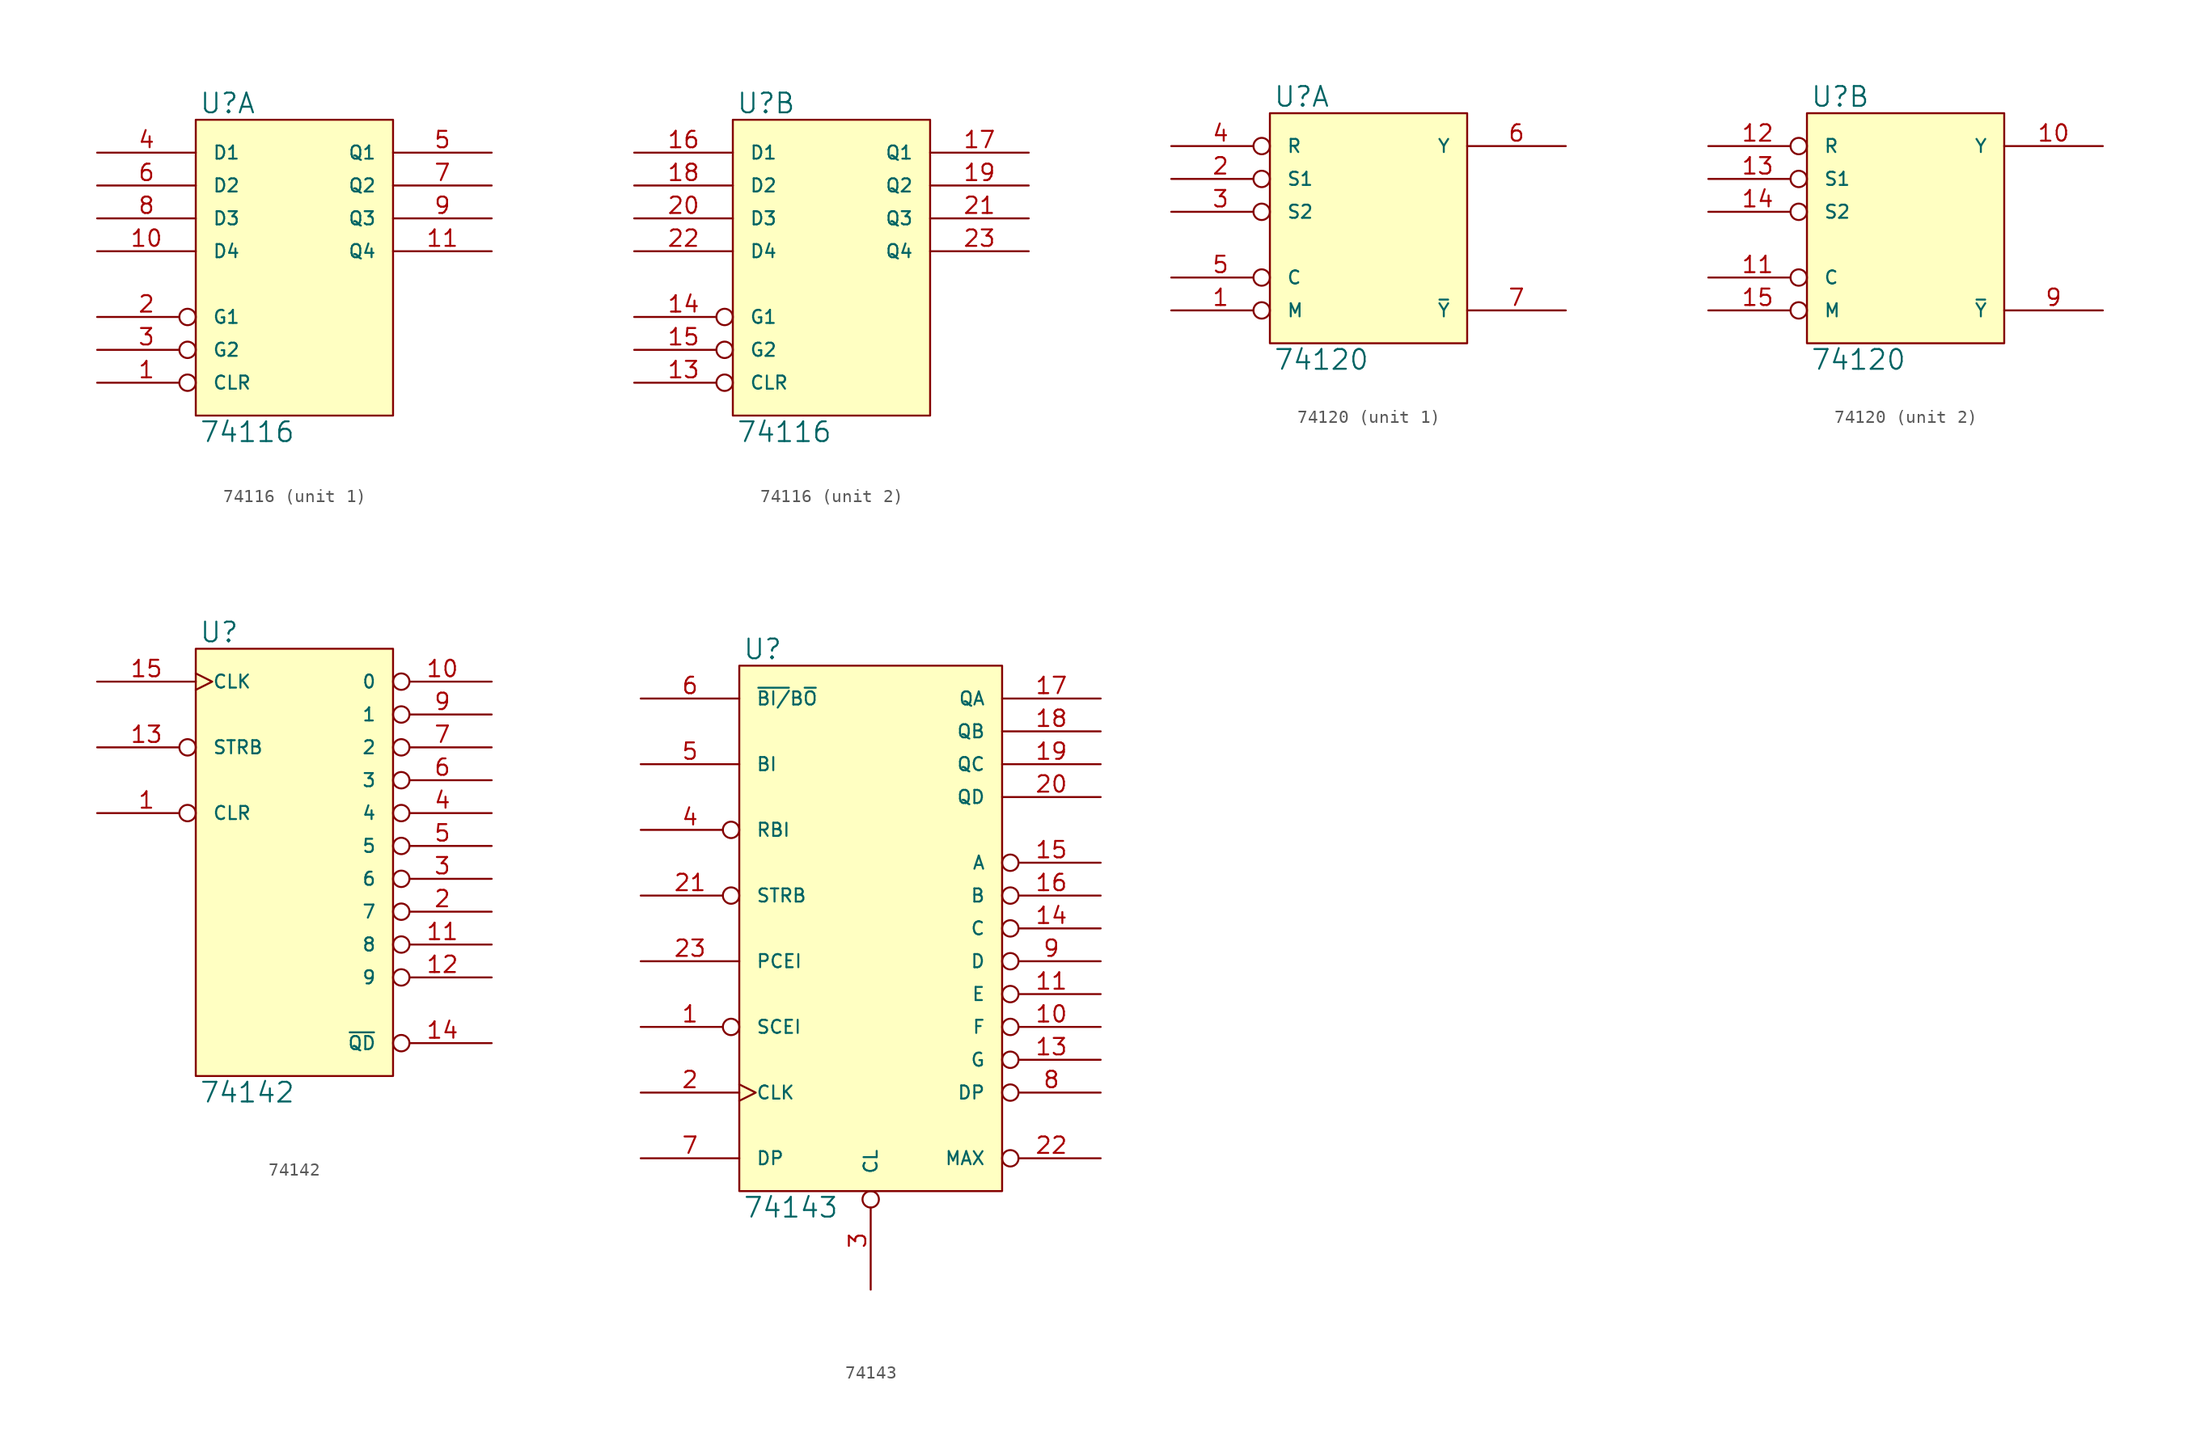
<source format=kicad_sym>
(kicad_symbol_lib
  (version 20231120)
  (generator "kicad_symbol_editor")
  (generator_version "8.0")
  (symbol "74116"
    (pin_names
      (offset 1.27))
    (property "Reference" "U"
      (at 0.254 0.381 0)
      (effects (font (size 1.524 1.524)) (justify left bottom)))
    (property "Value" "74116"
      (at 0.254 -23.241 0)
      (effects (font (size 1.524 1.524)) (justify left top)))
    (symbol "74116_0_1"
      (rectangle (start 0 0) (end 15.24 -22.86) (stroke (width 0) (type solid)) (fill (type background))))
    (symbol "74116_1_1"
      (pin input inverted (at -7.62 -20.32 0) (length 7.62) (name "CLR" (effects (font (size 1.016 1.016)))) (number "1" (effects (font (size 1.27 1.27)))))
      (pin input line (at -7.62 -10.16 0) (length 7.62) (name "D4" (effects (font (size 1.016 1.016)))) (number "10" (effects (font (size 1.27 1.27)))))
      (pin output line (at 22.86 -10.16 180) (length 7.62) (name "Q4" (effects (font (size 1.016 1.016)))) (number "11" (effects (font (size 1.27 1.27)))))
      (pin power_in line (at 0 -22.86 90) (length 0) hide (name "GND" (effects (font (size 1.016 1.016)))) (number "12" (effects (font (size 1.27 1.27)))))
      (pin input inverted (at -7.62 -15.24 0) (length 7.62) (name "G1" (effects (font (size 1.016 1.016)))) (number "2" (effects (font (size 1.27 1.27)))))
      (pin power_in line (at 0 0 270) (length 0) hide (name "VCC" (effects (font (size 1.016 1.016)))) (number "24" (effects (font (size 1.27 1.27)))))
      (pin input inverted (at -7.62 -17.78 0) (length 7.62) (name "G2" (effects (font (size 1.016 1.016)))) (number "3" (effects (font (size 1.27 1.27)))))
      (pin input line (at -7.62 -2.54 0) (length 7.62) (name "D1" (effects (font (size 1.016 1.016)))) (number "4" (effects (font (size 1.27 1.27)))))
      (pin output line (at 22.86 -2.54 180) (length 7.62) (name "Q1" (effects (font (size 1.016 1.016)))) (number "5" (effects (font (size 1.27 1.27)))))
      (pin input line (at -7.62 -5.08 0) (length 7.62) (name "D2" (effects (font (size 1.016 1.016)))) (number "6" (effects (font (size 1.27 1.27)))))
      (pin output line (at 22.86 -5.08 180) (length 7.62) (name "Q2" (effects (font (size 1.016 1.016)))) (number "7" (effects (font (size 1.27 1.27)))))
      (pin input line (at -7.62 -7.62 0) (length 7.62) (name "D3" (effects (font (size 1.016 1.016)))) (number "8" (effects (font (size 1.27 1.27)))))
      (pin output line (at 22.86 -7.62 180) (length 7.62) (name "Q3" (effects (font (size 1.016 1.016)))) (number "9" (effects (font (size 1.27 1.27))))))
    (symbol "74116_2_1"
      (pin power_in line (at 0 -22.86 90) (length 0) hide (name "GND" (effects (font (size 1.016 1.016)))) (number "12" (effects (font (size 1.27 1.27)))))
      (pin input inverted (at -7.62 -20.32 0) (length 7.62) (name "CLR" (effects (font (size 1.016 1.016)))) (number "13" (effects (font (size 1.27 1.27)))))
      (pin input inverted (at -7.62 -15.24 0) (length 7.62) (name "G1" (effects (font (size 1.016 1.016)))) (number "14" (effects (font (size 1.27 1.27)))))
      (pin input inverted (at -7.62 -17.78 0) (length 7.62) (name "G2" (effects (font (size 1.016 1.016)))) (number "15" (effects (font (size 1.27 1.27)))))
      (pin input line (at -7.62 -2.54 0) (length 7.62) (name "D1" (effects (font (size 1.016 1.016)))) (number "16" (effects (font (size 1.27 1.27)))))
      (pin output line (at 22.86 -2.54 180) (length 7.62) (name "Q1" (effects (font (size 1.016 1.016)))) (number "17" (effects (font (size 1.27 1.27)))))
      (pin input line (at -7.62 -5.08 0) (length 7.62) (name "D2" (effects (font (size 1.016 1.016)))) (number "18" (effects (font (size 1.27 1.27)))))
      (pin output line (at 22.86 -5.08 180) (length 7.62) (name "Q2" (effects (font (size 1.016 1.016)))) (number "19" (effects (font (size 1.27 1.27)))))
      (pin input line (at -7.62 -7.62 0) (length 7.62) (name "D3" (effects (font (size 1.016 1.016)))) (number "20" (effects (font (size 1.27 1.27)))))
      (pin output line (at 22.86 -7.62 180) (length 7.62) (name "Q3" (effects (font (size 1.016 1.016)))) (number "21" (effects (font (size 1.27 1.27)))))
      (pin input line (at -7.62 -10.16 0) (length 7.62) (name "D4" (effects (font (size 1.016 1.016)))) (number "22" (effects (font (size 1.27 1.27)))))
      (pin output line (at 22.86 -10.16 180) (length 7.62) (name "Q4" (effects (font (size 1.016 1.016)))) (number "23" (effects (font (size 1.27 1.27)))))
      (pin power_in line (at 0 0 270) (length 0) hide (name "VCC" (effects (font (size 1.016 1.016)))) (number "24" (effects (font (size 1.27 1.27)))))))
  (symbol "74120"
    (pin_names
      (offset 1.27))
    (property "Reference" "U"
      (at 0.254 0.381 0)
      (effects (font (size 1.524 1.524)) (justify left bottom)))
    (property "Value" "74120"
      (at 0.254 -18.161 0)
      (effects (font (size 1.524 1.524)) (justify left top)))
    (symbol "74120_0_1"
      (rectangle (start 0 0) (end 15.24 -17.78) (stroke (width 0) (type solid)) (fill (type background))))
    (symbol "74120_1_1"
      (pin input inverted (at -7.62 -15.24 0) (length 7.62) (name "M" (effects (font (size 1.016 1.016)))) (number "1" (effects (font (size 1.27 1.27)))))
      (pin power_in line (at 0 0 270) (length 0) hide (name "VCC" (effects (font (size 1.016 1.016)))) (number "16" (effects (font (size 1.27 1.27)))))
      (pin input inverted (at -7.62 -5.08 0) (length 7.62) (name "S1" (effects (font (size 1.016 1.016)))) (number "2" (effects (font (size 1.27 1.27)))))
      (pin input inverted (at -7.62 -7.62 0) (length 7.62) (name "S2" (effects (font (size 1.016 1.016)))) (number "3" (effects (font (size 1.27 1.27)))))
      (pin input inverted (at -7.62 -2.54 0) (length 7.62) (name "R" (effects (font (size 1.016 1.016)))) (number "4" (effects (font (size 1.27 1.27)))))
      (pin input inverted (at -7.62 -12.7 0) (length 7.62) (name "C" (effects (font (size 1.016 1.016)))) (number "5" (effects (font (size 1.27 1.27)))))
      (pin output line (at 22.86 -2.54 180) (length 7.62) (name "Y" (effects (font (size 1.016 1.016)))) (number "6" (effects (font (size 1.27 1.27)))))
      (pin output line (at 22.86 -15.24 180) (length 7.62) (name "~{Y}" (effects (font (size 1.016 1.016)))) (number "7" (effects (font (size 1.27 1.27)))))
      (pin power_in line (at 0 -17.78 90) (length 0) hide (name "GND" (effects (font (size 1.016 1.016)))) (number "8" (effects (font (size 1.27 1.27))))))
    (symbol "74120_2_1"
      (pin output line (at 22.86 -2.54 180) (length 7.62) (name "Y" (effects (font (size 1.016 1.016)))) (number "10" (effects (font (size 1.27 1.27)))))
      (pin input inverted (at -7.62 -12.7 0) (length 7.62) (name "C" (effects (font (size 1.016 1.016)))) (number "11" (effects (font (size 1.27 1.27)))))
      (pin input inverted (at -7.62 -2.54 0) (length 7.62) (name "R" (effects (font (size 1.016 1.016)))) (number "12" (effects (font (size 1.27 1.27)))))
      (pin input inverted (at -7.62 -5.08 0) (length 7.62) (name "S1" (effects (font (size 1.016 1.016)))) (number "13" (effects (font (size 1.27 1.27)))))
      (pin input inverted (at -7.62 -7.62 0) (length 7.62) (name "S2" (effects (font (size 1.016 1.016)))) (number "14" (effects (font (size 1.27 1.27)))))
      (pin input inverted (at -7.62 -15.24 0) (length 7.62) (name "M" (effects (font (size 1.016 1.016)))) (number "15" (effects (font (size 1.27 1.27)))))
      (pin power_in line (at 0 0 270) (length 0) hide (name "VCC" (effects (font (size 1.016 1.016)))) (number "16" (effects (font (size 1.27 1.27)))))
      (pin power_in line (at 0 -17.78 90) (length 0) hide (name "GND" (effects (font (size 1.016 1.016)))) (number "8" (effects (font (size 1.27 1.27)))))
      (pin output line (at 22.86 -15.24 180) (length 7.62) (name "~{Y}" (effects (font (size 1.016 1.016)))) (number "9" (effects (font (size 1.27 1.27)))))))
  (symbol "74142"
    (pin_names
      (offset 1.27))
    (property "Reference" "U"
      (at 0.254 0.381 0)
      (effects (font (size 1.524 1.524)) (justify left bottom)))
    (property "Value" "74142"
      (at 0.254 -33.401 0)
      (effects (font (size 1.524 1.524)) (justify left top)))
    (symbol "74142_0_1"
      (rectangle (start 0 0) (end 15.24 -33.02) (stroke (width 0) (type solid)) (fill (type background))))
    (symbol "74142_1_1"
      (pin input inverted (at -7.62 -12.7 0) (length 7.62) (name "CLR" (effects (font (size 1.016 1.016)))) (number "1" (effects (font (size 1.27 1.27)))))
      (pin open_collector inverted (at 22.86 -2.54 180) (length 7.62) (name "0" (effects (font (size 1.016 1.016)))) (number "10" (effects (font (size 1.27 1.27)))))
      (pin open_collector inverted (at 22.86 -22.86 180) (length 7.62) (name "8" (effects (font (size 1.016 1.016)))) (number "11" (effects (font (size 1.27 1.27)))))
      (pin open_collector inverted (at 22.86 -25.4 180) (length 7.62) (name "9" (effects (font (size 1.016 1.016)))) (number "12" (effects (font (size 1.27 1.27)))))
      (pin input inverted (at -7.62 -7.62 0) (length 7.62) (name "STRB" (effects (font (size 1.016 1.016)))) (number "13" (effects (font (size 1.27 1.27)))))
      (pin output inverted (at 22.86 -30.48 180) (length 7.62) (name "~{QD}" (effects (font (size 1.016 1.016)))) (number "14" (effects (font (size 1.27 1.27)))))
      (pin input clock (at -7.62 -2.54 0) (length 7.62) (name "CLK" (effects (font (size 1.016 1.016)))) (number "15" (effects (font (size 1.27 1.27)))))
      (pin power_in line (at 0 0 270) (length 0) hide (name "VCC" (effects (font (size 1.016 1.016)))) (number "16" (effects (font (size 1.27 1.27)))))
      (pin open_collector inverted (at 22.86 -20.32 180) (length 7.62) (name "7" (effects (font (size 1.016 1.016)))) (number "2" (effects (font (size 1.27 1.27)))))
      (pin open_collector inverted (at 22.86 -17.78 180) (length 7.62) (name "6" (effects (font (size 1.016 1.016)))) (number "3" (effects (font (size 1.27 1.27)))))
      (pin open_collector inverted (at 22.86 -12.7 180) (length 7.62) (name "4" (effects (font (size 1.016 1.016)))) (number "4" (effects (font (size 1.27 1.27)))))
      (pin open_collector inverted (at 22.86 -15.24 180) (length 7.62) (name "5" (effects (font (size 1.016 1.016)))) (number "5" (effects (font (size 1.27 1.27)))))
      (pin open_collector inverted (at 22.86 -10.16 180) (length 7.62) (name "3" (effects (font (size 1.016 1.016)))) (number "6" (effects (font (size 1.27 1.27)))))
      (pin open_collector inverted (at 22.86 -7.62 180) (length 7.62) (name "2" (effects (font (size 1.016 1.016)))) (number "7" (effects (font (size 1.27 1.27)))))
      (pin power_in line (at 0 -33.02 90) (length 0) hide (name "GND" (effects (font (size 1.016 1.016)))) (number "8" (effects (font (size 1.27 1.27)))))
      (pin open_collector inverted (at 22.86 -5.08 180) (length 7.62) (name "1" (effects (font (size 1.016 1.016)))) (number "9" (effects (font (size 1.27 1.27)))))))
  (symbol "74143"
    (pin_names
      (offset 1.27))
    (property "Reference" "U"
      (at 0.254 0.381 0)
      (effects (font (size 1.524 1.524)) (justify left bottom)))
    (property "Value" "74143"
      (at 0.254 -41.021 0)
      (effects (font (size 1.524 1.524)) (justify left top)))
    (symbol "74143_0_1"
      (rectangle (start 0 0) (end 20.32 -40.64) (stroke (width 0) (type solid)) (fill (type background))))
    (symbol "74143_1_1"
      (pin input inverted (at -7.62 -27.94 0) (length 7.62) (name "SCEI" (effects (font (size 1.016 1.016)))) (number "1" (effects (font (size 1.27 1.27)))))
      (pin open_collector inverted (at 27.94 -27.94 180) (length 7.62) (name "F" (effects (font (size 1.016 1.016)))) (number "10" (effects (font (size 1.27 1.27)))))
      (pin open_collector inverted (at 27.94 -25.4 180) (length 7.62) (name "E" (effects (font (size 1.016 1.016)))) (number "11" (effects (font (size 1.27 1.27)))))
      (pin power_in line (at 0 -40.64 90) (length 0) hide (name "GND" (effects (font (size 1.016 1.016)))) (number "12" (effects (font (size 1.27 1.27)))))
      (pin open_collector inverted (at 27.94 -30.48 180) (length 7.62) (name "G" (effects (font (size 1.016 1.016)))) (number "13" (effects (font (size 1.27 1.27)))))
      (pin open_collector inverted (at 27.94 -20.32 180) (length 7.62) (name "C" (effects (font (size 1.016 1.016)))) (number "14" (effects (font (size 1.27 1.27)))))
      (pin open_collector inverted (at 27.94 -15.24 180) (length 7.62) (name "A" (effects (font (size 1.016 1.016)))) (number "15" (effects (font (size 1.27 1.27)))))
      (pin open_collector inverted (at 27.94 -17.78 180) (length 7.62) (name "B" (effects (font (size 1.016 1.016)))) (number "16" (effects (font (size 1.27 1.27)))))
      (pin output line (at 27.94 -2.54 180) (length 7.62) (name "QA" (effects (font (size 1.016 1.016)))) (number "17" (effects (font (size 1.27 1.27)))))
      (pin output line (at 27.94 -5.08 180) (length 7.62) (name "QB" (effects (font (size 1.016 1.016)))) (number "18" (effects (font (size 1.27 1.27)))))
      (pin output line (at 27.94 -7.62 180) (length 7.62) (name "QC" (effects (font (size 1.016 1.016)))) (number "19" (effects (font (size 1.27 1.27)))))
      (pin input clock (at -7.62 -33.02 0) (length 7.62) (name "CLK" (effects (font (size 1.016 1.016)))) (number "2" (effects (font (size 1.27 1.27)))))
      (pin output line (at 27.94 -10.16 180) (length 7.62) (name "QD" (effects (font (size 1.016 1.016)))) (number "20" (effects (font (size 1.27 1.27)))))
      (pin input inverted (at -7.62 -17.78 0) (length 7.62) (name "STRB" (effects (font (size 1.016 1.016)))) (number "21" (effects (font (size 1.27 1.27)))))
      (pin output inverted (at 27.94 -38.1 180) (length 7.62) (name "MAX" (effects (font (size 1.016 1.016)))) (number "22" (effects (font (size 1.27 1.27)))))
      (pin input line (at -7.62 -22.86 0) (length 7.62) (name "PCEI" (effects (font (size 1.016 1.016)))) (number "23" (effects (font (size 1.27 1.27)))))
      (pin power_in line (at 0 0 270) (length 0) hide (name "VCC" (effects (font (size 1.016 1.016)))) (number "24" (effects (font (size 1.27 1.27)))))
      (pin input inverted (at 10.16 -48.26 90) (length 7.62) (name "CL" (effects (font (size 1.016 1.016)))) (number "3" (effects (font (size 1.27 1.27)))))
      (pin input inverted (at -7.62 -12.7 0) (length 7.62) (name "RBI" (effects (font (size 1.016 1.016)))) (number "4" (effects (font (size 1.27 1.27)))))
      (pin input line (at -7.62 -7.62 0) (length 7.62) (name "BI" (effects (font (size 1.016 1.016)))) (number "5" (effects (font (size 1.27 1.27)))))
      (pin bidirectional line (at -7.62 -2.54 0) (length 7.62) (name "~{BI/}B~{O}" (effects (font (size 1.016 1.016)))) (number "6" (effects (font (size 1.27 1.27)))))
      (pin input line (at -7.62 -38.1 0) (length 7.62) (name "DP" (effects (font (size 1.016 1.016)))) (number "7" (effects (font (size 1.27 1.27)))))
      (pin open_collector inverted (at 27.94 -33.02 180) (length 7.62) (name "DP" (effects (font (size 1.016 1.016)))) (number "8" (effects (font (size 1.27 1.27)))))
      (pin open_collector inverted (at 27.94 -22.86 180) (length 7.62) (name "D" (effects (font (size 1.016 1.016)))) (number "9" (effects (font (size 1.27 1.27))))))))
</source>
